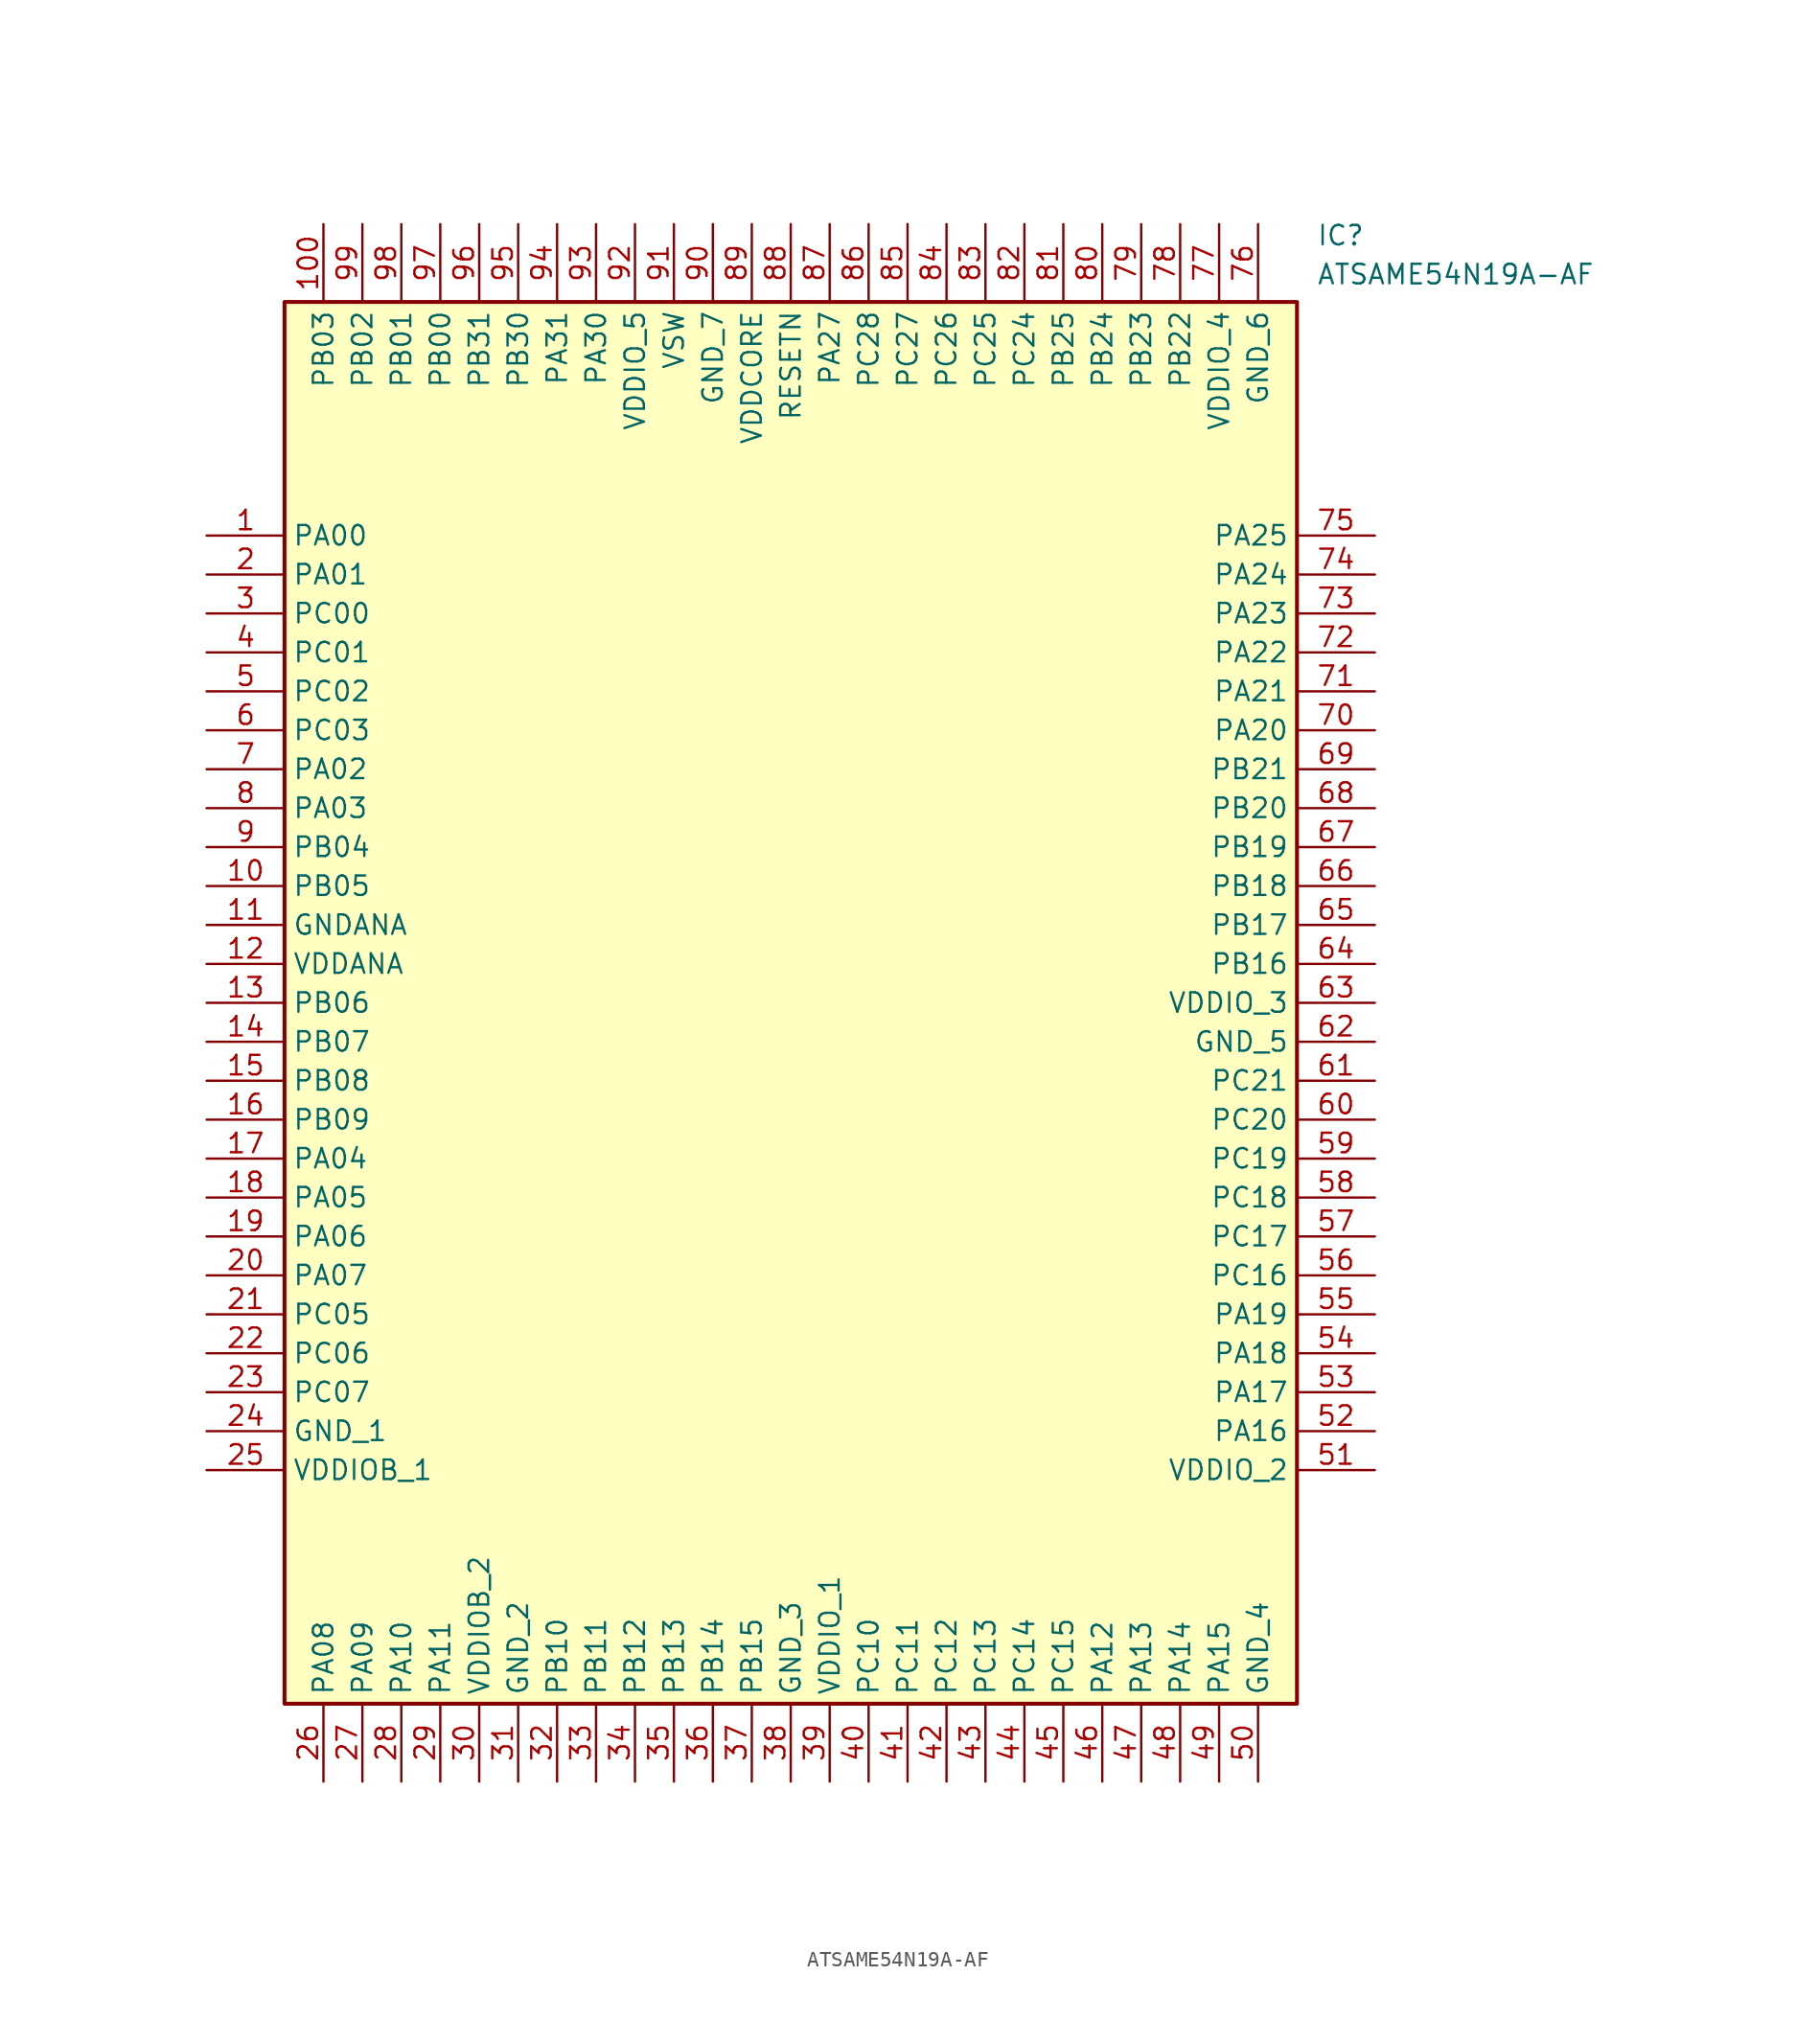
<source format=kicad_sym>
(kicad_symbol_lib
  (version 20211014)
  (generator SamacSys_ECAD_Model)
  (symbol "ATSAME54N19A-AF"
    (property "Reference" "IC"
      (at 72.39 20.32 0)
      (effects (font (size 1.27 1.27)) (justify left top)))
    (property "Value" "ATSAME54N19A-AF"
      (at 72.39 17.78 0)
      (effects (font (size 1.27 1.27)) (justify left top)))
    (rectangle
      (start 5.08 15.24)
      (end 71.12 -76.2)
      (stroke (width 0.254) (type default))
      (fill (type background)))
    (pin passive line
      (at 0 0 0)
      (length 5.08)
      (name "PA00" (effects (font (size 1.27 1.27))))
      (number "1" (effects (font (size 1.27 1.27)))))
    (pin passive line
      (at 0 -2.54 0)
      (length 5.08)
      (name "PA01" (effects (font (size 1.27 1.27))))
      (number "2" (effects (font (size 1.27 1.27)))))
    (pin passive line
      (at 0 -5.08 0)
      (length 5.08)
      (name "PC00" (effects (font (size 1.27 1.27))))
      (number "3" (effects (font (size 1.27 1.27)))))
    (pin passive line
      (at 0 -7.62 0)
      (length 5.08)
      (name "PC01" (effects (font (size 1.27 1.27))))
      (number "4" (effects (font (size 1.27 1.27)))))
    (pin passive line
      (at 0 -10.16 0)
      (length 5.08)
      (name "PC02" (effects (font (size 1.27 1.27))))
      (number "5" (effects (font (size 1.27 1.27)))))
    (pin passive line
      (at 0 -12.7 0)
      (length 5.08)
      (name "PC03" (effects (font (size 1.27 1.27))))
      (number "6" (effects (font (size 1.27 1.27)))))
    (pin passive line
      (at 0 -15.24 0)
      (length 5.08)
      (name "PA02" (effects (font (size 1.27 1.27))))
      (number "7" (effects (font (size 1.27 1.27)))))
    (pin passive line
      (at 0 -17.78 0)
      (length 5.08)
      (name "PA03" (effects (font (size 1.27 1.27))))
      (number "8" (effects (font (size 1.27 1.27)))))
    (pin passive line
      (at 0 -20.32 0)
      (length 5.08)
      (name "PB04" (effects (font (size 1.27 1.27))))
      (number "9" (effects (font (size 1.27 1.27)))))
    (pin passive line
      (at 0 -22.86 0)
      (length 5.08)
      (name "PB05" (effects (font (size 1.27 1.27))))
      (number "10" (effects (font (size 1.27 1.27)))))
    (pin passive line
      (at 0 -25.4 0)
      (length 5.08)
      (name "GNDANA" (effects (font (size 1.27 1.27))))
      (number "11" (effects (font (size 1.27 1.27)))))
    (pin passive line
      (at 0 -27.94 0)
      (length 5.08)
      (name "VDDANA" (effects (font (size 1.27 1.27))))
      (number "12" (effects (font (size 1.27 1.27)))))
    (pin passive line
      (at 0 -30.48 0)
      (length 5.08)
      (name "PB06" (effects (font (size 1.27 1.27))))
      (number "13" (effects (font (size 1.27 1.27)))))
    (pin passive line
      (at 0 -33.02 0)
      (length 5.08)
      (name "PB07" (effects (font (size 1.27 1.27))))
      (number "14" (effects (font (size 1.27 1.27)))))
    (pin passive line
      (at 0 -35.56 0)
      (length 5.08)
      (name "PB08" (effects (font (size 1.27 1.27))))
      (number "15" (effects (font (size 1.27 1.27)))))
    (pin passive line
      (at 0 -38.1 0)
      (length 5.08)
      (name "PB09" (effects (font (size 1.27 1.27))))
      (number "16" (effects (font (size 1.27 1.27)))))
    (pin passive line
      (at 0 -40.64 0)
      (length 5.08)
      (name "PA04" (effects (font (size 1.27 1.27))))
      (number "17" (effects (font (size 1.27 1.27)))))
    (pin passive line
      (at 0 -43.18 0)
      (length 5.08)
      (name "PA05" (effects (font (size 1.27 1.27))))
      (number "18" (effects (font (size 1.27 1.27)))))
    (pin passive line
      (at 0 -45.72 0)
      (length 5.08)
      (name "PA06" (effects (font (size 1.27 1.27))))
      (number "19" (effects (font (size 1.27 1.27)))))
    (pin passive line
      (at 0 -48.26 0)
      (length 5.08)
      (name "PA07" (effects (font (size 1.27 1.27))))
      (number "20" (effects (font (size 1.27 1.27)))))
    (pin passive line
      (at 0 -50.8 0)
      (length 5.08)
      (name "PC05" (effects (font (size 1.27 1.27))))
      (number "21" (effects (font (size 1.27 1.27)))))
    (pin passive line
      (at 0 -53.34 0)
      (length 5.08)
      (name "PC06" (effects (font (size 1.27 1.27))))
      (number "22" (effects (font (size 1.27 1.27)))))
    (pin passive line
      (at 0 -55.88 0)
      (length 5.08)
      (name "PC07" (effects (font (size 1.27 1.27))))
      (number "23" (effects (font (size 1.27 1.27)))))
    (pin passive line
      (at 0 -58.42 0)
      (length 5.08)
      (name "GND_1" (effects (font (size 1.27 1.27))))
      (number "24" (effects (font (size 1.27 1.27)))))
    (pin passive line
      (at 0 -60.96 0)
      (length 5.08)
      (name "VDDIOB_1" (effects (font (size 1.27 1.27))))
      (number "25" (effects (font (size 1.27 1.27)))))
    (pin passive line
      (at 7.62 -81.28 90)
      (length 5.08)
      (name "PA08" (effects (font (size 1.27 1.27))))
      (number "26" (effects (font (size 1.27 1.27)))))
    (pin passive line
      (at 10.16 -81.28 90)
      (length 5.08)
      (name "PA09" (effects (font (size 1.27 1.27))))
      (number "27" (effects (font (size 1.27 1.27)))))
    (pin passive line
      (at 12.7 -81.28 90)
      (length 5.08)
      (name "PA10" (effects (font (size 1.27 1.27))))
      (number "28" (effects (font (size 1.27 1.27)))))
    (pin passive line
      (at 15.24 -81.28 90)
      (length 5.08)
      (name "PA11" (effects (font (size 1.27 1.27))))
      (number "29" (effects (font (size 1.27 1.27)))))
    (pin passive line
      (at 17.78 -81.28 90)
      (length 5.08)
      (name "VDDIOB_2" (effects (font (size 1.27 1.27))))
      (number "30" (effects (font (size 1.27 1.27)))))
    (pin passive line
      (at 20.32 -81.28 90)
      (length 5.08)
      (name "GND_2" (effects (font (size 1.27 1.27))))
      (number "31" (effects (font (size 1.27 1.27)))))
    (pin passive line
      (at 22.86 -81.28 90)
      (length 5.08)
      (name "PB10" (effects (font (size 1.27 1.27))))
      (number "32" (effects (font (size 1.27 1.27)))))
    (pin passive line
      (at 25.4 -81.28 90)
      (length 5.08)
      (name "PB11" (effects (font (size 1.27 1.27))))
      (number "33" (effects (font (size 1.27 1.27)))))
    (pin passive line
      (at 27.94 -81.28 90)
      (length 5.08)
      (name "PB12" (effects (font (size 1.27 1.27))))
      (number "34" (effects (font (size 1.27 1.27)))))
    (pin passive line
      (at 30.48 -81.28 90)
      (length 5.08)
      (name "PB13" (effects (font (size 1.27 1.27))))
      (number "35" (effects (font (size 1.27 1.27)))))
    (pin passive line
      (at 33.02 -81.28 90)
      (length 5.08)
      (name "PB14" (effects (font (size 1.27 1.27))))
      (number "36" (effects (font (size 1.27 1.27)))))
    (pin passive line
      (at 35.56 -81.28 90)
      (length 5.08)
      (name "PB15" (effects (font (size 1.27 1.27))))
      (number "37" (effects (font (size 1.27 1.27)))))
    (pin passive line
      (at 38.1 -81.28 90)
      (length 5.08)
      (name "GND_3" (effects (font (size 1.27 1.27))))
      (number "38" (effects (font (size 1.27 1.27)))))
    (pin passive line
      (at 40.64 -81.28 90)
      (length 5.08)
      (name "VDDIO_1" (effects (font (size 1.27 1.27))))
      (number "39" (effects (font (size 1.27 1.27)))))
    (pin passive line
      (at 43.18 -81.28 90)
      (length 5.08)
      (name "PC10" (effects (font (size 1.27 1.27))))
      (number "40" (effects (font (size 1.27 1.27)))))
    (pin passive line
      (at 45.72 -81.28 90)
      (length 5.08)
      (name "PC11" (effects (font (size 1.27 1.27))))
      (number "41" (effects (font (size 1.27 1.27)))))
    (pin passive line
      (at 48.26 -81.28 90)
      (length 5.08)
      (name "PC12" (effects (font (size 1.27 1.27))))
      (number "42" (effects (font (size 1.27 1.27)))))
    (pin passive line
      (at 50.8 -81.28 90)
      (length 5.08)
      (name "PC13" (effects (font (size 1.27 1.27))))
      (number "43" (effects (font (size 1.27 1.27)))))
    (pin passive line
      (at 53.34 -81.28 90)
      (length 5.08)
      (name "PC14" (effects (font (size 1.27 1.27))))
      (number "44" (effects (font (size 1.27 1.27)))))
    (pin passive line
      (at 55.88 -81.28 90)
      (length 5.08)
      (name "PC15" (effects (font (size 1.27 1.27))))
      (number "45" (effects (font (size 1.27 1.27)))))
    (pin passive line
      (at 58.42 -81.28 90)
      (length 5.08)
      (name "PA12" (effects (font (size 1.27 1.27))))
      (number "46" (effects (font (size 1.27 1.27)))))
    (pin passive line
      (at 60.96 -81.28 90)
      (length 5.08)
      (name "PA13" (effects (font (size 1.27 1.27))))
      (number "47" (effects (font (size 1.27 1.27)))))
    (pin passive line
      (at 63.5 -81.28 90)
      (length 5.08)
      (name "PA14" (effects (font (size 1.27 1.27))))
      (number "48" (effects (font (size 1.27 1.27)))))
    (pin passive line
      (at 66.04 -81.28 90)
      (length 5.08)
      (name "PA15" (effects (font (size 1.27 1.27))))
      (number "49" (effects (font (size 1.27 1.27)))))
    (pin passive line
      (at 68.58 -81.28 90)
      (length 5.08)
      (name "GND_4" (effects (font (size 1.27 1.27))))
      (number "50" (effects (font (size 1.27 1.27)))))
    (pin passive line
      (at 76.2 0 180)
      (length 5.08)
      (name "PA25" (effects (font (size 1.27 1.27))))
      (number "75" (effects (font (size 1.27 1.27)))))
    (pin passive line
      (at 76.2 -2.54 180)
      (length 5.08)
      (name "PA24" (effects (font (size 1.27 1.27))))
      (number "74" (effects (font (size 1.27 1.27)))))
    (pin passive line
      (at 76.2 -5.08 180)
      (length 5.08)
      (name "PA23" (effects (font (size 1.27 1.27))))
      (number "73" (effects (font (size 1.27 1.27)))))
    (pin passive line
      (at 76.2 -7.62 180)
      (length 5.08)
      (name "PA22" (effects (font (size 1.27 1.27))))
      (number "72" (effects (font (size 1.27 1.27)))))
    (pin passive line
      (at 76.2 -10.16 180)
      (length 5.08)
      (name "PA21" (effects (font (size 1.27 1.27))))
      (number "71" (effects (font (size 1.27 1.27)))))
    (pin passive line
      (at 76.2 -12.7 180)
      (length 5.08)
      (name "PA20" (effects (font (size 1.27 1.27))))
      (number "70" (effects (font (size 1.27 1.27)))))
    (pin passive line
      (at 76.2 -15.24 180)
      (length 5.08)
      (name "PB21" (effects (font (size 1.27 1.27))))
      (number "69" (effects (font (size 1.27 1.27)))))
    (pin passive line
      (at 76.2 -17.78 180)
      (length 5.08)
      (name "PB20" (effects (font (size 1.27 1.27))))
      (number "68" (effects (font (size 1.27 1.27)))))
    (pin passive line
      (at 76.2 -20.32 180)
      (length 5.08)
      (name "PB19" (effects (font (size 1.27 1.27))))
      (number "67" (effects (font (size 1.27 1.27)))))
    (pin passive line
      (at 76.2 -22.86 180)
      (length 5.08)
      (name "PB18" (effects (font (size 1.27 1.27))))
      (number "66" (effects (font (size 1.27 1.27)))))
    (pin passive line
      (at 76.2 -25.4 180)
      (length 5.08)
      (name "PB17" (effects (font (size 1.27 1.27))))
      (number "65" (effects (font (size 1.27 1.27)))))
    (pin passive line
      (at 76.2 -27.94 180)
      (length 5.08)
      (name "PB16" (effects (font (size 1.27 1.27))))
      (number "64" (effects (font (size 1.27 1.27)))))
    (pin passive line
      (at 76.2 -30.48 180)
      (length 5.08)
      (name "VDDIO_3" (effects (font (size 1.27 1.27))))
      (number "63" (effects (font (size 1.27 1.27)))))
    (pin passive line
      (at 76.2 -33.02 180)
      (length 5.08)
      (name "GND_5" (effects (font (size 1.27 1.27))))
      (number "62" (effects (font (size 1.27 1.27)))))
    (pin passive line
      (at 76.2 -35.56 180)
      (length 5.08)
      (name "PC21" (effects (font (size 1.27 1.27))))
      (number "61" (effects (font (size 1.27 1.27)))))
    (pin passive line
      (at 76.2 -38.1 180)
      (length 5.08)
      (name "PC20" (effects (font (size 1.27 1.27))))
      (number "60" (effects (font (size 1.27 1.27)))))
    (pin passive line
      (at 76.2 -40.64 180)
      (length 5.08)
      (name "PC19" (effects (font (size 1.27 1.27))))
      (number "59" (effects (font (size 1.27 1.27)))))
    (pin passive line
      (at 76.2 -43.18 180)
      (length 5.08)
      (name "PC18" (effects (font (size 1.27 1.27))))
      (number "58" (effects (font (size 1.27 1.27)))))
    (pin passive line
      (at 76.2 -45.72 180)
      (length 5.08)
      (name "PC17" (effects (font (size 1.27 1.27))))
      (number "57" (effects (font (size 1.27 1.27)))))
    (pin passive line
      (at 76.2 -48.26 180)
      (length 5.08)
      (name "PC16" (effects (font (size 1.27 1.27))))
      (number "56" (effects (font (size 1.27 1.27)))))
    (pin passive line
      (at 76.2 -50.8 180)
      (length 5.08)
      (name "PA19" (effects (font (size 1.27 1.27))))
      (number "55" (effects (font (size 1.27 1.27)))))
    (pin passive line
      (at 76.2 -53.34 180)
      (length 5.08)
      (name "PA18" (effects (font (size 1.27 1.27))))
      (number "54" (effects (font (size 1.27 1.27)))))
    (pin passive line
      (at 76.2 -55.88 180)
      (length 5.08)
      (name "PA17" (effects (font (size 1.27 1.27))))
      (number "53" (effects (font (size 1.27 1.27)))))
    (pin passive line
      (at 76.2 -58.42 180)
      (length 5.08)
      (name "PA16" (effects (font (size 1.27 1.27))))
      (number "52" (effects (font (size 1.27 1.27)))))
    (pin passive line
      (at 76.2 -60.96 180)
      (length 5.08)
      (name "VDDIO_2" (effects (font (size 1.27 1.27))))
      (number "51" (effects (font (size 1.27 1.27)))))
    (pin passive line
      (at 7.62 20.32 270)
      (length 5.08)
      (name "PB03" (effects (font (size 1.27 1.27))))
      (number "100" (effects (font (size 1.27 1.27)))))
    (pin passive line
      (at 10.16 20.32 270)
      (length 5.08)
      (name "PB02" (effects (font (size 1.27 1.27))))
      (number "99" (effects (font (size 1.27 1.27)))))
    (pin passive line
      (at 12.7 20.32 270)
      (length 5.08)
      (name "PB01" (effects (font (size 1.27 1.27))))
      (number "98" (effects (font (size 1.27 1.27)))))
    (pin passive line
      (at 15.24 20.32 270)
      (length 5.08)
      (name "PB00" (effects (font (size 1.27 1.27))))
      (number "97" (effects (font (size 1.27 1.27)))))
    (pin passive line
      (at 17.78 20.32 270)
      (length 5.08)
      (name "PB31" (effects (font (size 1.27 1.27))))
      (number "96" (effects (font (size 1.27 1.27)))))
    (pin passive line
      (at 20.32 20.32 270)
      (length 5.08)
      (name "PB30" (effects (font (size 1.27 1.27))))
      (number "95" (effects (font (size 1.27 1.27)))))
    (pin passive line
      (at 22.86 20.32 270)
      (length 5.08)
      (name "PA31" (effects (font (size 1.27 1.27))))
      (number "94" (effects (font (size 1.27 1.27)))))
    (pin passive line
      (at 25.4 20.32 270)
      (length 5.08)
      (name "PA30" (effects (font (size 1.27 1.27))))
      (number "93" (effects (font (size 1.27 1.27)))))
    (pin passive line
      (at 27.94 20.32 270)
      (length 5.08)
      (name "VDDIO_5" (effects (font (size 1.27 1.27))))
      (number "92" (effects (font (size 1.27 1.27)))))
    (pin passive line
      (at 30.48 20.32 270)
      (length 5.08)
      (name "VSW" (effects (font (size 1.27 1.27))))
      (number "91" (effects (font (size 1.27 1.27)))))
    (pin passive line
      (at 33.02 20.32 270)
      (length 5.08)
      (name "GND_7" (effects (font (size 1.27 1.27))))
      (number "90" (effects (font (size 1.27 1.27)))))
    (pin passive line
      (at 35.56 20.32 270)
      (length 5.08)
      (name "VDDCORE" (effects (font (size 1.27 1.27))))
      (number "89" (effects (font (size 1.27 1.27)))))
    (pin passive line
      (at 38.1 20.32 270)
      (length 5.08)
      (name "RESETN" (effects (font (size 1.27 1.27))))
      (number "88" (effects (font (size 1.27 1.27)))))
    (pin passive line
      (at 40.64 20.32 270)
      (length 5.08)
      (name "PA27" (effects (font (size 1.27 1.27))))
      (number "87" (effects (font (size 1.27 1.27)))))
    (pin passive line
      (at 43.18 20.32 270)
      (length 5.08)
      (name "PC28" (effects (font (size 1.27 1.27))))
      (number "86" (effects (font (size 1.27 1.27)))))
    (pin passive line
      (at 45.72 20.32 270)
      (length 5.08)
      (name "PC27" (effects (font (size 1.27 1.27))))
      (number "85" (effects (font (size 1.27 1.27)))))
    (pin passive line
      (at 48.26 20.32 270)
      (length 5.08)
      (name "PC26" (effects (font (size 1.27 1.27))))
      (number "84" (effects (font (size 1.27 1.27)))))
    (pin passive line
      (at 50.8 20.32 270)
      (length 5.08)
      (name "PC25" (effects (font (size 1.27 1.27))))
      (number "83" (effects (font (size 1.27 1.27)))))
    (pin passive line
      (at 53.34 20.32 270)
      (length 5.08)
      (name "PC24" (effects (font (size 1.27 1.27))))
      (number "82" (effects (font (size 1.27 1.27)))))
    (pin passive line
      (at 55.88 20.32 270)
      (length 5.08)
      (name "PB25" (effects (font (size 1.27 1.27))))
      (number "81" (effects (font (size 1.27 1.27)))))
    (pin passive line
      (at 58.42 20.32 270)
      (length 5.08)
      (name "PB24" (effects (font (size 1.27 1.27))))
      (number "80" (effects (font (size 1.27 1.27)))))
    (pin passive line
      (at 60.96 20.32 270)
      (length 5.08)
      (name "PB23" (effects (font (size 1.27 1.27))))
      (number "79" (effects (font (size 1.27 1.27)))))
    (pin passive line
      (at 63.5 20.32 270)
      (length 5.08)
      (name "PB22" (effects (font (size 1.27 1.27))))
      (number "78" (effects (font (size 1.27 1.27)))))
    (pin passive line
      (at 66.04 20.32 270)
      (length 5.08)
      (name "VDDIO_4" (effects (font (size 1.27 1.27))))
      (number "77" (effects (font (size 1.27 1.27)))))
    (pin passive line
      (at 68.58 20.32 270)
      (length 5.08)
      (name "GND_6" (effects (font (size 1.27 1.27))))
      (number "76" (effects (font (size 1.27 1.27)))))))
</source>
